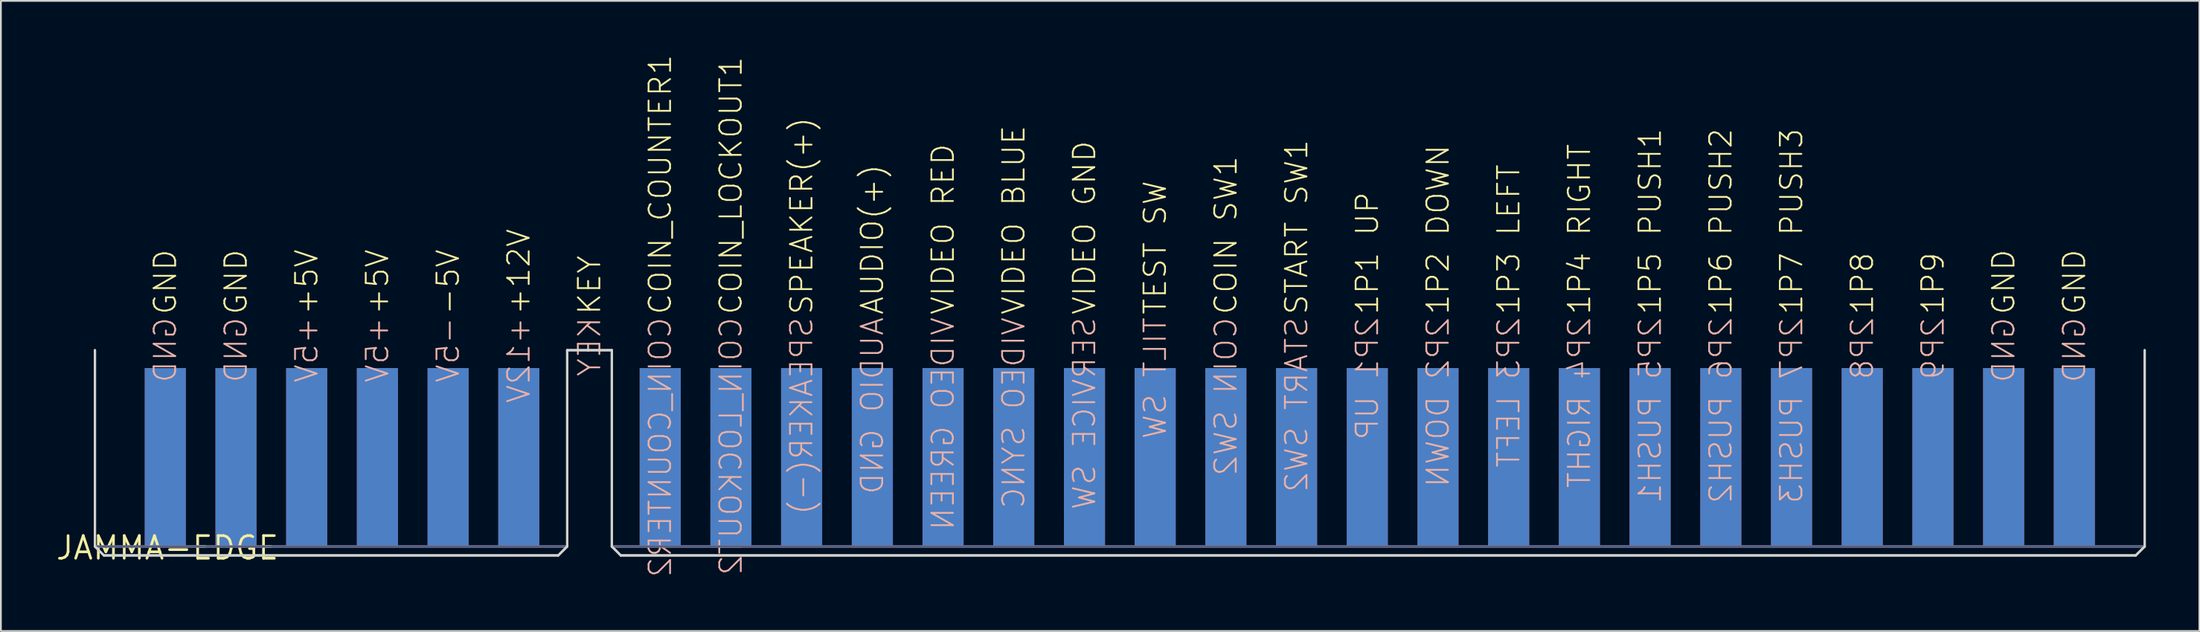
<source format=kicad_pcb>
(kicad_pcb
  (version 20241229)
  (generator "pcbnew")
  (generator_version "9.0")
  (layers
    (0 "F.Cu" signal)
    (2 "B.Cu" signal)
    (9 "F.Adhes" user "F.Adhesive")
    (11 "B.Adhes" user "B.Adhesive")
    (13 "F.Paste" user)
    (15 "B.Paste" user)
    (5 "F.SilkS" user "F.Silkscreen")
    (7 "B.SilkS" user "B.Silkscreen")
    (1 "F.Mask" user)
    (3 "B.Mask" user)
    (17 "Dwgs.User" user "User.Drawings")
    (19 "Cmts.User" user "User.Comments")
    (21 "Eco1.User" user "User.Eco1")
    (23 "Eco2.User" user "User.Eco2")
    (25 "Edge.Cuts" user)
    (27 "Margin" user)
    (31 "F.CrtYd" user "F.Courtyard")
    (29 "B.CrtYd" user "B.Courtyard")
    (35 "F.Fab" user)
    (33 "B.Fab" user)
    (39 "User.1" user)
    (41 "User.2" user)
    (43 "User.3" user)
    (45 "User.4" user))
  (footprint "JAMMA-EDGE"
    (layer "F.Cu")
    (at 6.327 27.656)
    (property "Reference" "JAMMA-EDGE" (at 0 0 0) (layer "F.SilkS") (effects (font (size 1.27 1.27) (thickness 0.15))))
    (attr through_hole)
    (fp_line (start -4.06 -11.08) (end -4.06 -0.08) (stroke (width 0.127) (type solid)) (layer "Edge.Cuts"))
    (fp_line (start -4.06 -11.08) (end -4.06 -0.08) (stroke (width 0.127) (type solid)) (layer "Edge.Cuts"))
    (fp_line (start -4.06 -0.08) (end -3.56 0.42) (stroke (width 0.127) (type solid)) (layer "Edge.Cuts"))
    (fp_line (start -4.06 -0.08) (end -3.56 0.42) (stroke (width 0.127) (type solid)) (layer "Edge.Cuts"))
    (fp_line (start -3.56 0.42) (end 21.89 0.42) (stroke (width 0.127) (type solid)) (layer "Edge.Cuts"))
    (fp_line (start -3.56 0.42) (end 21.89 0.42) (stroke (width 0.127) (type solid)) (layer "Edge.Cuts"))
    (fp_line (start 21.89 0.42) (end 22.39 -0.08) (stroke (width 0.127) (type solid)) (layer "Edge.Cuts"))
    (fp_line (start 21.89 0.42) (end 22.39 -0.08) (stroke (width 0.127) (type solid)) (layer "Edge.Cuts"))
    (fp_line (start 22.39 -11.08) (end 24.89 -11.08) (stroke (width 0.127) (type solid)) (layer "Edge.Cuts"))
    (fp_line (start 22.39 -11.08) (end 24.89 -11.08) (stroke (width 0.127) (type solid)) (layer "Edge.Cuts"))
    (fp_line (start 22.39 -0.08) (end 22.39 -11.08) (stroke (width 0.127) (type solid)) (layer "Edge.Cuts"))
    (fp_line (start 22.39 -0.08) (end 22.39 -11.08) (stroke (width 0.127) (type solid)) (layer "Edge.Cuts"))
    (fp_line (start 24.89 -0.08) (end 24.89 -11.08) (stroke (width 0.127) (type solid)) (layer "Edge.Cuts"))
    (fp_line (start 24.89 -0.08) (end 24.89 -11.08) (stroke (width 0.127) (type solid)) (layer "Edge.Cuts"))
    (fp_line (start 24.89 -0.08) (end 25.39 0.42) (stroke (width 0.127) (type solid)) (layer "Edge.Cuts"))
    (fp_line (start 24.89 -0.08) (end 25.39 0.42) (stroke (width 0.127) (type solid)) (layer "Edge.Cuts"))
    (fp_line (start 25.39 0.42) (end 110.24 0.42) (stroke (width 0.127) (type solid)) (layer "Edge.Cuts"))
    (fp_line (start 25.39 0.42) (end 110.24 0.42) (stroke (width 0.127) (type solid)) (layer "Edge.Cuts"))
    (fp_line (start 110.24 0.42) (end 110.74 -0.08) (stroke (width 0.127) (type solid)) (layer "Edge.Cuts"))
    (fp_line (start 110.24 0.42) (end 110.74 -0.08) (stroke (width 0.127) (type solid)) (layer "Edge.Cuts"))
    (fp_line (start 110.74 -11.08) (end 110.74 -0.08) (stroke (width 0.127) (type solid)) (layer "Edge.Cuts"))
    (fp_line (start 110.74 -11.08) (end 110.74 -0.08) (stroke (width 0.127) (type solid)) (layer "Edge.Cuts"))
    (fp_line (start -4.06 -0.08) (end 22.34 -0.08) (stroke (width 0.127) (type solid)) (layer "B.Fab"))
    (fp_line (start 24.94 -0.08) (end 110.74 -0.08) (stroke (width 0.127) (type solid)) (layer "B.Fab"))
    (fp_line (start -4.06 -0.08) (end 22.34 -0.08) (stroke (width 0.127) (type solid)) (layer "F.Fab"))
    (fp_line (start 24.94 -0.08) (end 110.74 -0.08) (stroke (width 0.127) (type solid)) (layer "F.Fab"))
    (fp_text user "AUDIO(+)" (at 39.48 -13 90) (layer "F.SilkS") (effects (font (size 1.206 1.206) (thickness 0.102)) (justify left)))
    (fp_text user "GND" (at 3.84 -13 90) (layer "F.SilkS") (effects (font (size 1.206 1.206) (thickness 0.102)) (justify left)))
    (fp_text user "START SW1" (at 63.24 -13 90) (layer "F.SilkS") (effects (font (size 1.206 1.206) (thickness 0.102)) (justify left)))
    (fp_text user "COIN SW1" (at 59.28 -13 90) (layer "F.SilkS") (effects (font (size 1.206 1.206) (thickness 0.102)) (justify left)))
    (fp_text user "+5V" (at 7.8 -13 90) (layer "F.SilkS") (effects (font (size 1.206 1.206) (thickness 0.102)) (justify left)))
    (fp_text user "1P7 PUSH3" (at 90.96 -13 90) (layer "F.SilkS") (effects (font (size 1.206 1.206) (thickness 0.102)) (justify left)))
    (fp_text user "GND" (at -0.12 -13 90) (layer "F.SilkS") (effects (font (size 1.206 1.206) (thickness 0.102)) (justify left)))
    (fp_text user "VIDEO RED" (at 43.44 -13 90) (layer "F.SilkS") (effects (font (size 1.206 1.206) (thickness 0.102)) (justify left)))
    (fp_text user "+12V" (at 19.68 -13 90) (layer "F.SilkS") (effects (font (size 1.206 1.206) (thickness 0.102)) (justify left)))
    (fp_text user "1P4 RIGHT" (at 79.08 -13 90) (layer "F.SilkS") (effects (font (size 1.206 1.206) (thickness 0.102)) (justify left)))
    (fp_text user "-5V" (at 15.72 -13 90) (layer "F.SilkS") (effects (font (size 1.206 1.206) (thickness 0.102)) (justify left)))
    (fp_text user "GND" (at 106.8 -13 90) (layer "F.SilkS") (effects (font (size 1.206 1.206) (thickness 0.102)) (justify left)))
    (fp_text user "1P1 UP" (at 67.2 -13 90) (layer "F.SilkS") (effects (font (size 1.206 1.206) (thickness 0.102)) (justify left)))
    (fp_text user "TEST SW" (at 55.32 -13 90) (layer "F.SilkS") (effects (font (size 1.206 1.206) (thickness 0.102)) (justify left)))
    (fp_text user "1P8" (at 94.92 -13 90) (layer "F.SilkS") (effects (font (size 1.206 1.206) (thickness 0.102)) (justify left)))
    (fp_text user "KEY" (at 23.64 -13 90) (layer "F.SilkS") (effects (font (size 1.206 1.206) (thickness 0.102)) (justify left)))
    (fp_text user "1P9" (at 98.88 -13 90) (layer "F.SilkS") (effects (font (size 1.206 1.206) (thickness 0.102)) (justify left)))
    (fp_text user "GND" (at 102.84 -13 90) (layer "F.SilkS") (effects (font (size 1.206 1.206) (thickness 0.102)) (justify left)))
    (fp_text user "1P5 PUSH1" (at 83.04 -13 90) (layer "F.SilkS") (effects (font (size 1.206 1.206) (thickness 0.102)) (justify left)))
    (fp_text user "1P3 LEFT" (at 75.12 -13 90) (layer "F.SilkS") (effects (font (size 1.206 1.206) (thickness 0.102)) (justify left)))
    (fp_text user "VIDEO BLUE" (at 47.4 -13 90) (layer "F.SilkS") (effects (font (size 1.206 1.206) (thickness 0.102)) (justify left)))
    (fp_text user "VIDEO GND" (at 51.36 -13 90) (layer "F.SilkS") (effects (font (size 1.206 1.206) (thickness 0.102)) (justify left)))
    (fp_text user "1P2 DOWN" (at 71.16 -13 90) (layer "F.SilkS") (effects (font (size 1.206 1.206) (thickness 0.102)) (justify left)))
    (fp_text user "COIN_COUNTER1" (at 27.6 -13 90) (layer "F.SilkS") (effects (font (size 1.206 1.206) (thickness 0.102)) (justify left)))
    (fp_text user "1P6 PUSH2" (at 87 -13 90) (layer "F.SilkS") (effects (font (size 1.206 1.206) (thickness 0.102)) (justify left)))
    (fp_text user "SPEAKER(+)" (at 35.52 -13 90) (layer "F.SilkS") (effects (font (size 1.206 1.206) (thickness 0.102)) (justify left)))
    (fp_text user "+5V" (at 11.76 -13 90) (layer "F.SilkS") (effects (font (size 1.206 1.206) (thickness 0.102)) (justify left)))
    (fp_text user "COIN_LOCKOUT1" (at 31.56 -13 90) (layer "F.SilkS") (effects (font (size 1.206 1.206) (thickness 0.102)) (justify left)))
    (fp_text user "AUDIO GND" (at 39.48 -13 270) (layer "B.SilkS") (effects (font (size 1.206 1.206) (thickness 0.102)) (justify left mirror)))
    (fp_text user "GND" (at 102.84 -13 270) (layer "B.SilkS") (effects (font (size 1.206 1.206) (thickness 0.102)) (justify left mirror)))
    (fp_text user "+5V" (at 11.76 -13 270) (layer "B.SilkS") (effects (font (size 1.206 1.206) (thickness 0.102)) (justify left mirror)))
    (fp_text user "2P8" (at 94.92 -13 270) (layer "B.SilkS") (effects (font (size 1.206 1.206) (thickness 0.102)) (justify left mirror)))
    (fp_text user "SERVICE SW" (at 51.36 -13 270) (layer "B.SilkS") (effects (font (size 1.206 1.206) (thickness 0.102)) (justify left mirror)))
    (fp_text user "2P4 RIGHT" (at 79.08 -13 270) (layer "B.SilkS") (effects (font (size 1.206 1.206) (thickness 0.102)) (justify left mirror)))
    (fp_text user "COIN_LOCKOUT2" (at 31.56 -13 270) (layer "B.SilkS") (effects (font (size 1.206 1.206) (thickness 0.102)) (justify left mirror)))
    (fp_text user "GND" (at 3.84 -13 270) (layer "B.SilkS") (effects (font (size 1.206 1.206) (thickness 0.102)) (justify left mirror)))
    (fp_text user "SPEAKER(-)" (at 35.52 -13 270) (layer "B.SilkS") (effects (font (size 1.206 1.206) (thickness 0.102)) (justify left mirror)))
    (fp_text user "TILT SW" (at 55.32 -13 270) (layer "B.SilkS") (effects (font (size 1.206 1.206) (thickness 0.102)) (justify left mirror)))
    (fp_text user "START SW2" (at 63.24 -13 270) (layer "B.SilkS") (effects (font (size 1.206 1.206) (thickness 0.102)) (justify left mirror)))
    (fp_text user "+12V" (at 19.68 -13 270) (layer "B.SilkS") (effects (font (size 1.206 1.206) (thickness 0.102)) (justify left mirror)))
    (fp_text user "VIDEO GREEN" (at 43.44 -13 270) (layer "B.SilkS") (effects (font (size 1.206 1.206) (thickness 0.102)) (justify left mirror)))
    (fp_text user "COIN_COUNTER2" (at 27.6 -13 270) (layer "B.SilkS") (effects (font (size 1.206 1.206) (thickness 0.102)) (justify left mirror)))
    (fp_text user "2P7 PUSH3" (at 90.96 -13 270) (layer "B.SilkS") (effects (font (size 1.206 1.206) (thickness 0.102)) (justify left mirror)))
    (fp_text user "+5V" (at 7.8 -13 270) (layer "B.SilkS") (effects (font (size 1.206 1.206) (thickness 0.102)) (justify left mirror)))
    (fp_text user "2P2 DOWN" (at 71.16 -13 270) (layer "B.SilkS") (effects (font (size 1.206 1.206) (thickness 0.102)) (justify left mirror)))
    (fp_text user "2P6 PUSH2" (at 87 -13 270) (layer "B.SilkS") (effects (font (size 1.206 1.206) (thickness 0.102)) (justify left mirror)))
    (fp_text user "2P9" (at 98.88 -13 270) (layer "B.SilkS") (effects (font (size 1.206 1.206) (thickness 0.102)) (justify left mirror)))
    (fp_text user "GND" (at 106.8 -13 270) (layer "B.SilkS") (effects (font (size 1.206 1.206) (thickness 0.102)) (justify left mirror)))
    (fp_text user "2P3 LEFT" (at 75.12 -13 270) (layer "B.SilkS") (effects (font (size 1.206 1.206) (thickness 0.102)) (justify left mirror)))
    (fp_text user "2P1 UP" (at 67.2 -13 270) (layer "B.SilkS") (effects (font (size 1.206 1.206) (thickness 0.102)) (justify left mirror)))
    (fp_text user "2P5 PUSH1" (at 83.04 -13 270) (layer "B.SilkS") (effects (font (size 1.206 1.206) (thickness 0.102)) (justify left mirror)))
    (fp_text user "COIN SW2" (at 59.28 -13 270) (layer "B.SilkS") (effects (font (size 1.206 1.206) (thickness 0.102)) (justify left mirror)))
    (fp_text user "KEY" (at 23.64 -13 270) (layer "B.SilkS") (effects (font (size 1.206 1.206) (thickness 0.102)) (justify left mirror)))
    (fp_text user "VIDEO SYNC" (at 47.4 -13 270) (layer "B.SilkS") (effects (font (size 1.206 1.206) (thickness 0.102)) (justify left mirror)))
    (fp_text user "-5V" (at 15.72 -13 270) (layer "B.SilkS") (effects (font (size 1.206 1.206) (thickness 0.102)) (justify left mirror)))
    (fp_text user "GND" (at -0.12 -13 270) (layer "B.SilkS") (effects (font (size 1.206 1.206) (thickness 0.102)) (justify left mirror)))
    (pad "#A" smd rect (at 87 -5.08) (size 2.3 10) (layers "B.Cu" "B.Mask" "B.Paste"))
    (pad "#B" smd rect (at 90.96 -5.08) (size 2.3 10) (layers "B.Cu" "B.Mask" "B.Paste"))
    (pad "#C" smd rect (at 94.92 -5.08) (size 2.3 10) (layers "B.Cu" "B.Mask" "B.Paste"))
    (pad "#D" smd rect (at 98.88 -5.08) (size 2.3 10) (layers "B.Cu" "B.Mask" "B.Paste"))
    (pad "#E" smd rect (at 102.84 -5.08) (size 2.3 10) (layers "B.Cu" "B.Mask" "B.Paste"))
    (pad "#F" smd rect (at 106.8 -5.08) (size 2.3 10) (layers "B.Cu" "B.Mask" "B.Paste"))
    (pad "1" smd rect (at -0.12 -5.08) (size 2.3 10) (layers "F.Cu" "F.Mask" "F.Paste"))
    (pad "2" smd rect (at 3.84 -5.08) (size 2.3 10) (layers "F.Cu" "F.Mask" "F.Paste"))
    (pad "3" smd rect (at 7.8 -5.08) (size 2.3 10) (layers "F.Cu" "F.Mask" "F.Paste"))
    (pad "4" smd rect (at 11.76 -5.08) (size 2.3 10) (layers "F.Cu" "F.Mask" "F.Paste"))
    (pad "5" smd rect (at 15.72 -5.08) (size 2.3 10) (layers "F.Cu" "F.Mask" "F.Paste"))
    (pad "6" smd rect (at 19.68 -5.08) (size 2.3 10) (layers "F.Cu" "F.Mask" "F.Paste"))
    (pad "8" smd rect (at 27.6 -5.08) (size 2.3 10) (layers "F.Cu" "F.Mask" "F.Paste"))
    (pad "9" smd rect (at 31.56 -5.08) (size 2.3 10) (layers "F.Cu" "F.Mask" "F.Paste"))
    (pad "10" smd rect (at 35.52 -5.08) (size 2.3 10) (layers "F.Cu" "F.Mask" "F.Paste"))
    (pad "11" smd rect (at 39.48 -5.08) (size 2.3 10) (layers "F.Cu" "F.Mask" "F.Paste"))
    (pad "12" smd rect (at 43.44 -5.08) (size 2.3 10) (layers "F.Cu" "F.Mask" "F.Paste"))
    (pad "13" smd rect (at 47.4 -5.08) (size 2.3 10) (layers "F.Cu" "F.Mask" "F.Paste"))
    (pad "14" smd rect (at 51.36 -5.08) (size 2.3 10) (layers "F.Cu" "F.Mask" "F.Paste"))
    (pad "15" smd rect (at 55.32 -5.08) (size 2.3 10) (layers "F.Cu" "F.Mask" "F.Paste"))
    (pad "16" smd rect (at 59.28 -5.08) (size 2.3 10) (layers "F.Cu" "F.Mask" "F.Paste"))
    (pad "17" smd rect (at 63.24 -5.08) (size 2.3 10) (layers "F.Cu" "F.Mask" "F.Paste"))
    (pad "18" smd rect (at 67.2 -5.08) (size 2.3 10) (layers "F.Cu" "F.Mask" "F.Paste"))
    (pad "19" smd rect (at 71.16 -5.08) (size 2.3 10) (layers "F.Cu" "F.Mask" "F.Paste"))
    (pad "20" smd rect (at 75.12 -5.08) (size 2.3 10) (layers "F.Cu" "F.Mask" "F.Paste"))
    (pad "21" smd rect (at 79.08 -5.08) (size 2.3 10) (layers "F.Cu" "F.Mask" "F.Paste"))
    (pad "22" smd rect (at 83.04 -5.08) (size 2.3 10) (layers "F.Cu" "F.Mask" "F.Paste"))
    (pad "23" smd rect (at 87 -5.08) (size 2.3 10) (layers "F.Cu" "F.Mask" "F.Paste"))
    (pad "24" smd rect (at 90.96 -5.08) (size 2.3 10) (layers "F.Cu" "F.Mask" "F.Paste"))
    (pad "25" smd rect (at 94.92 -5.08) (size 2.3 10) (layers "F.Cu" "F.Mask" "F.Paste"))
    (pad "26" smd rect (at 98.88 -5.08) (size 2.3 10) (layers "F.Cu" "F.Mask" "F.Paste"))
    (pad "27" smd rect (at 102.84 -5.08) (size 2.3 10) (layers "F.Cu" "F.Mask" "F.Paste"))
    (pad "28" smd rect (at 106.8 -5.08) (size 2.3 10) (layers "F.Cu" "F.Mask" "F.Paste"))
    (pad "A" smd rect (at -0.12 -5.08) (size 2.3 10) (layers "B.Cu" "B.Mask" "B.Paste"))
    (pad "B" smd rect (at 3.84 -5.08) (size 2.3 10) (layers "B.Cu" "B.Mask" "B.Paste"))
    (pad "C" smd rect (at 7.8 -5.08) (size 2.3 10) (layers "B.Cu" "B.Mask" "B.Paste"))
    (pad "D" smd rect (at 11.76 -5.08) (size 2.3 10) (layers "B.Cu" "B.Mask" "B.Paste"))
    (pad "E" smd rect (at 15.72 -5.08) (size 2.3 10) (layers "B.Cu" "B.Mask" "B.Paste"))
    (pad "F" smd rect (at 19.68 -5.08) (size 2.3 10) (layers "B.Cu" "B.Mask" "B.Paste"))
    (pad "J" smd rect (at 27.6 -5.08) (size 2.3 10) (layers "B.Cu" "B.Mask" "B.Paste"))
    (pad "K" smd rect (at 31.56 -5.08) (size 2.3 10) (layers "B.Cu" "B.Mask" "B.Paste"))
    (pad "L" smd rect (at 35.52 -5.08) (size 2.3 10) (layers "B.Cu" "B.Mask" "B.Paste"))
    (pad "M" smd rect (at 39.48 -5.08) (size 2.3 10) (layers "B.Cu" "B.Mask" "B.Paste"))
    (pad "N" smd rect (at 43.44 -5.08) (size 2.3 10) (layers "B.Cu" "B.Mask" "B.Paste"))
    (pad "P" smd rect (at 47.4 -5.08) (size 2.3 10) (layers "B.Cu" "B.Mask" "B.Paste"))
    (pad "R" smd rect (at 51.36 -5.08) (size 2.3 10) (layers "B.Cu" "B.Mask" "B.Paste"))
    (pad "S" smd rect (at 55.32 -5.08) (size 2.3 10) (layers "B.Cu" "B.Mask" "B.Paste"))
    (pad "T" smd rect (at 59.28 -5.08) (size 2.3 10) (layers "B.Cu" "B.Mask" "B.Paste"))
    (pad "U" smd rect (at 63.24 -5.08) (size 2.3 10) (layers "B.Cu" "B.Mask" "B.Paste"))
    (pad "V" smd rect (at 67.2 -5.08) (size 2.3 10) (layers "B.Cu" "B.Mask" "B.Paste"))
    (pad "W" smd rect (at 71.16 -5.08) (size 2.3 10) (layers "B.Cu" "B.Mask" "B.Paste"))
    (pad "X" smd rect (at 75.12 -5.08) (size 2.3 10) (layers "B.Cu" "B.Mask" "B.Paste"))
    (pad "Y" smd rect (at 79.08 -5.08) (size 2.3 10) (layers "B.Cu" "B.Mask" "B.Paste"))
    (pad "Z" smd rect (at 83.04 -5.08) (size 2.3 10) (layers "B.Cu" "B.Mask" "B.Paste")))
  (gr_rect
    (start -3 -3)
    (end 120.131 32.313)
    (stroke (width 0.1) (type default))
    (fill no)
    (layer "Edge.Cuts")))
</source>
